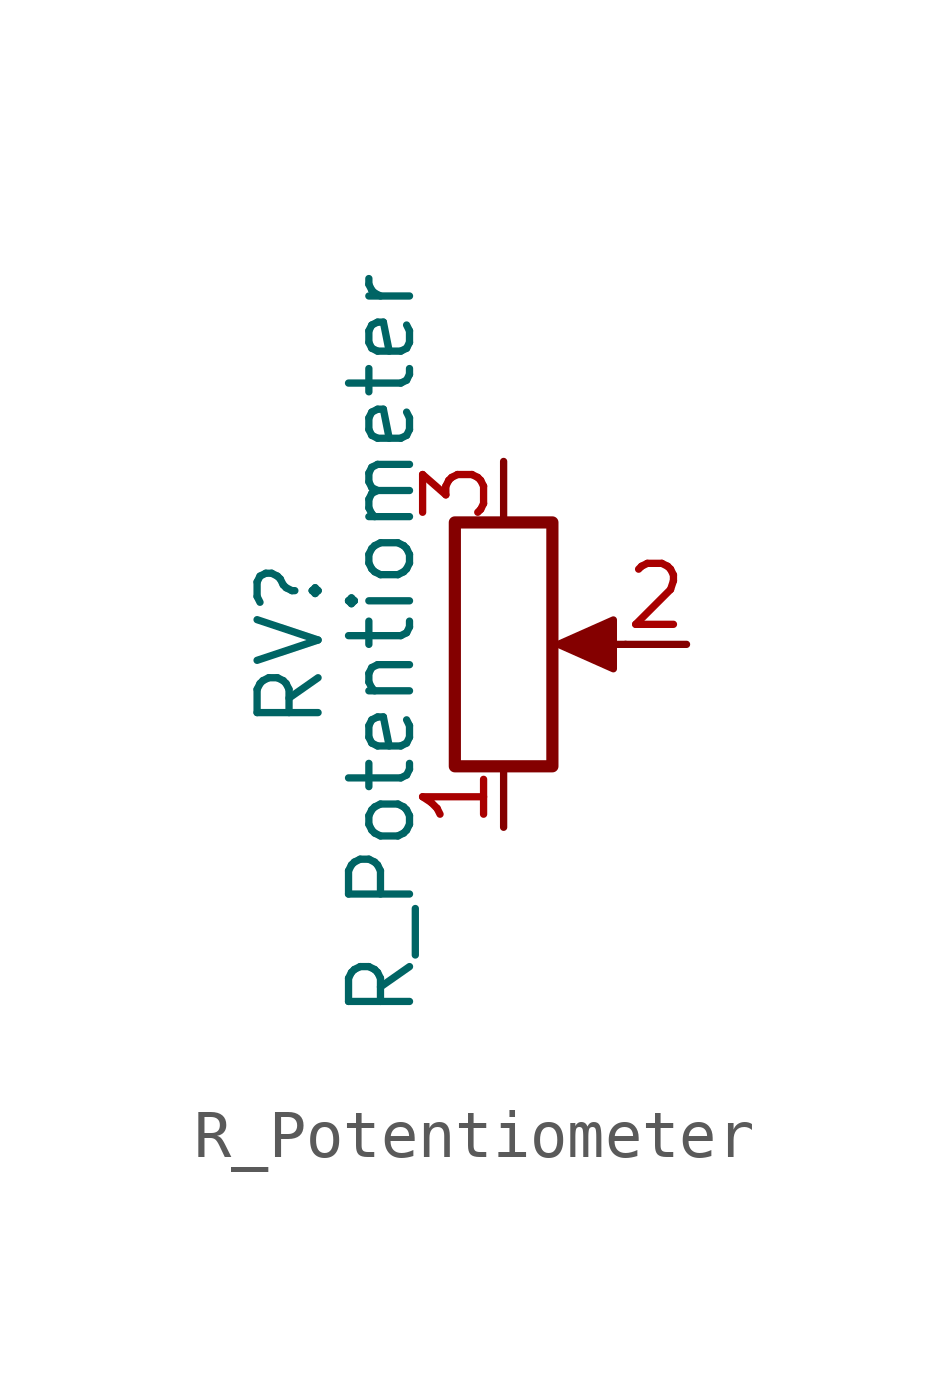
<source format=kicad_sym>
(kicad_symbol_lib
  (version 20211014)
  (generator kicad_symbol_editor)
  (symbol "R_Potentiometer"
    (pin_names
      (offset 1.016) hide)
    (property "Reference" "RV"
      (at -4.445 0 90)
      (effects (font (size 1.27 1.27))))
    (property "Value" "R_Potentiometer"
      (at -2.54 0 90)
      (effects (font (size 1.27 1.27))))
    (symbol "R_Potentiometer_0_1"
      (polyline (pts (xy 2.54 0) (xy 1.524 0)) (stroke (width 0) (type default) (color 0 0 0 0)) (fill (type none)))
      (polyline (pts (xy 1.143 0) (xy 2.286 0.508) (xy 2.286 -0.508) (xy 1.143 0)) (stroke (width 0) (type default) (color 0 0 0 0)) (fill (type outline)))
      (rectangle (start 1.016 2.54) (end -1.016 -2.54) (stroke (width 0.254) (type default) (color 0 0 0 0)) (fill (type none))))
    (symbol "R_Potentiometer_1_1"
      (pin passive line (at 0 -3.81 90) (length 1.27) (name "1" (effects (font (size 1.27 1.27)))) (number "1" (effects (font (size 1.27 1.27)))))
      (pin passive line (at 3.81 0 180) (length 1.27) (name "2" (effects (font (size 1.27 1.27)))) (number "2" (effects (font (size 1.27 1.27)))))
      (pin passive line (at 0 3.81 270) (length 1.27) (name "3" (effects (font (size 1.27 1.27)))) (number "3" (effects (font (size 1.27 1.27))))))))
</source>
